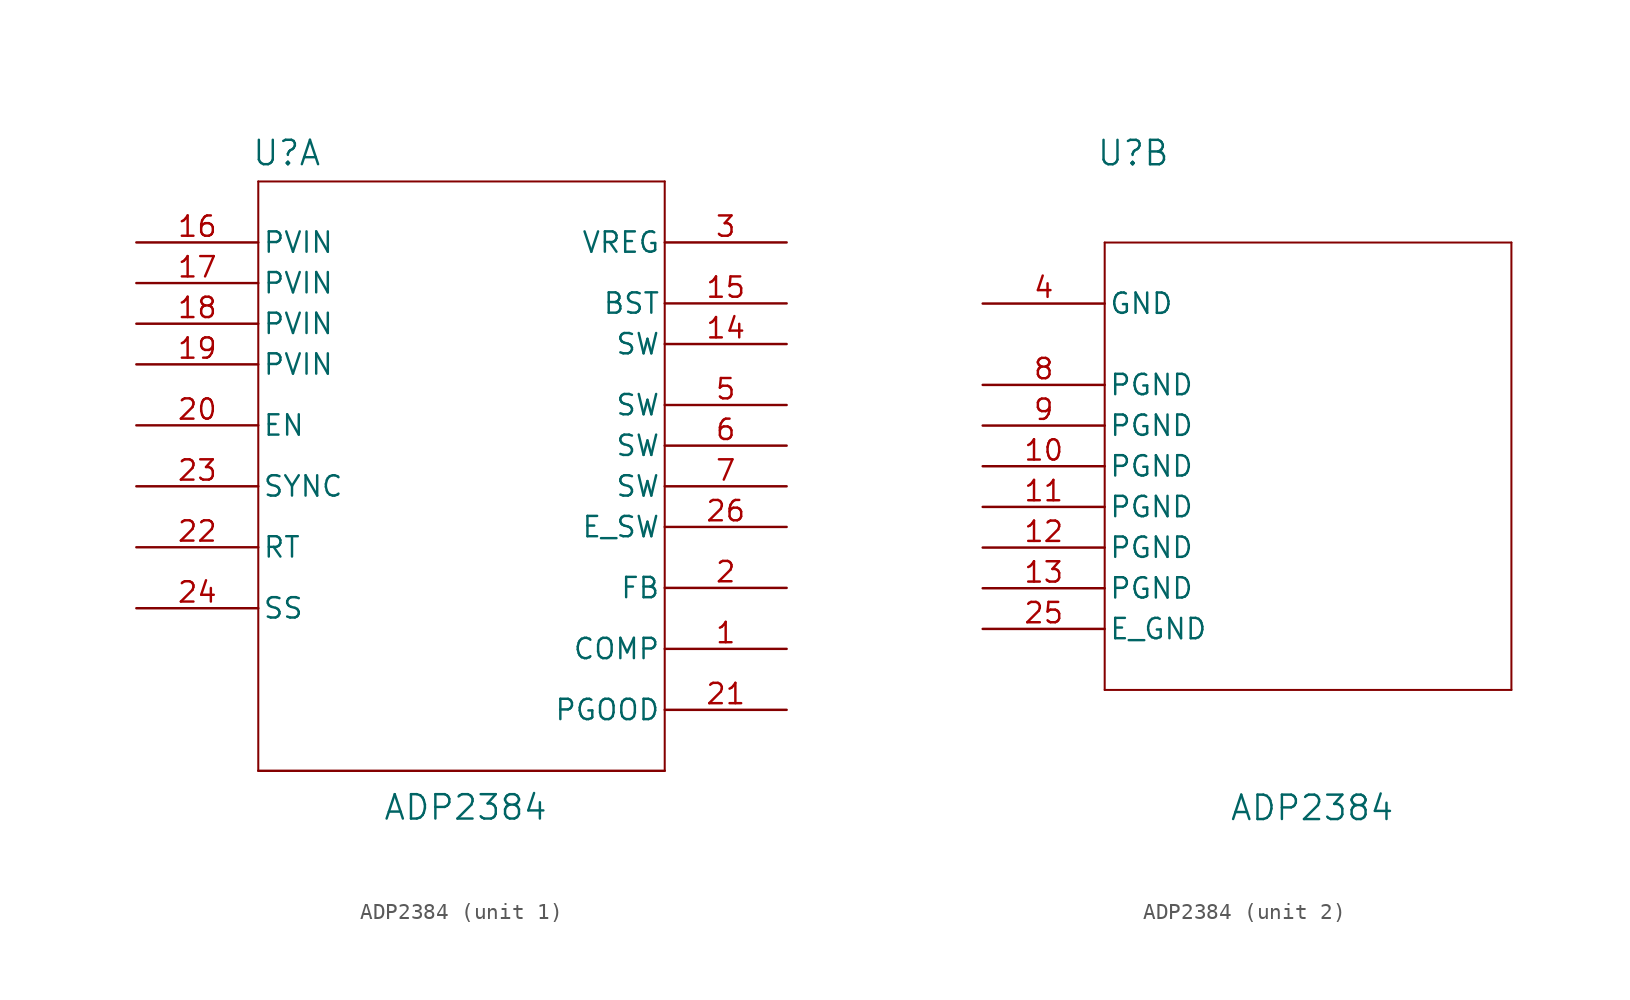
<source format=kicad_sym>
(kicad_symbol_lib
  (version 20241209)
  (generator "kicad_symbol_editor")
  (generator_version "9.0")
  (symbol "ADP2384"
    (pin_names
      (offset 0.254))
    (property "Reference" "U"
      (at 9.398 6.858 0)
      (effects (font (size 1.524 1.524))))
    (property "Value" "ADP2384"
      (at 20.574 -34.036 0)
      (effects (font (size 1.524 1.524))))
    (property "ki_locked" ""
      (at 0 0 0)
      (effects (font (size 1.27 1.27))))
    (symbol "ADP2384_1_1"
      (polyline (pts (xy 7.62 5.08) (xy 7.62 -31.75)) (stroke (width 0.127) (type default)) (fill (type none)))
      (polyline (pts (xy 7.62 -31.75) (xy 33.02 -31.75)) (stroke (width 0) (type default)) (fill (type none)))
      (polyline (pts (xy 33.02 5.08) (xy 7.62 5.08)) (stroke (width 0.127) (type default)) (fill (type none)))
      (polyline (pts (xy 33.02 -31.75) (xy 33.02 5.08)) (stroke (width 0.127) (type default)) (fill (type none)))
      (pin power_in line (at 0 1.27 0) (length 7.62) (name "PVIN" (effects (font (size 1.27 1.27)))) (number "16" (effects (font (size 1.27 1.27)))))
      (pin power_in line (at 0 -1.27 0) (length 7.62) (name "PVIN" (effects (font (size 1.27 1.27)))) (number "17" (effects (font (size 1.27 1.27)))))
      (pin power_in line (at 0 -3.81 0) (length 7.62) (name "PVIN" (effects (font (size 1.27 1.27)))) (number "18" (effects (font (size 1.27 1.27)))))
      (pin power_in line (at 0 -6.35 0) (length 7.62) (name "PVIN" (effects (font (size 1.27 1.27)))) (number "19" (effects (font (size 1.27 1.27)))))
      (pin input line (at 0 -10.16 0) (length 7.62) (name "EN" (effects (font (size 1.27 1.27)))) (number "20" (effects (font (size 1.27 1.27)))))
      (pin input line (at 0 -13.97 0) (length 7.62) (name "SYNC" (effects (font (size 1.27 1.27)))) (number "23" (effects (font (size 1.27 1.27)))))
      (pin passive line (at 0 -17.78 0) (length 7.62) (name "RT" (effects (font (size 1.27 1.27)))) (number "22" (effects (font (size 1.27 1.27)))))
      (pin passive line (at 0 -21.59 0) (length 7.62) (name "SS" (effects (font (size 1.27 1.27)))) (number "24" (effects (font (size 1.27 1.27)))))
      (pin power_out line (at 40.64 1.27 180) (length 7.62) (name "VREG" (effects (font (size 1.27 1.27)))) (number "3" (effects (font (size 1.27 1.27)))))
      (pin passive line (at 40.64 -2.54 180) (length 7.62) (name "BST" (effects (font (size 1.27 1.27)))) (number "15" (effects (font (size 1.27 1.27)))))
      (pin passive line (at 40.64 -5.08 180) (length 7.62) (name "SW" (effects (font (size 1.27 1.27)))) (number "14" (effects (font (size 1.27 1.27)))))
      (pin passive line (at 40.64 -8.89 180) (length 7.62) (name "SW" (effects (font (size 1.27 1.27)))) (number "5" (effects (font (size 1.27 1.27)))))
      (pin passive line (at 40.64 -11.43 180) (length 7.62) (name "SW" (effects (font (size 1.27 1.27)))) (number "6" (effects (font (size 1.27 1.27)))))
      (pin passive line (at 40.64 -13.97 180) (length 7.62) (name "SW" (effects (font (size 1.27 1.27)))) (number "7" (effects (font (size 1.27 1.27)))))
      (pin passive line (at 40.64 -16.51 180) (length 7.62) (name "E_SW" (effects (font (size 1.27 1.27)))) (number "26" (effects (font (size 1.27 1.27)))))
      (pin input line (at 40.64 -20.32 180) (length 7.62) (name "FB" (effects (font (size 1.27 1.27)))) (number "2" (effects (font (size 1.27 1.27)))))
      (pin passive line (at 40.64 -24.13 180) (length 7.62) (name "COMP" (effects (font (size 1.27 1.27)))) (number "1" (effects (font (size 1.27 1.27)))))
      (pin output line (at 40.64 -27.94 180) (length 7.62) (name "PGOOD" (effects (font (size 1.27 1.27)))) (number "21" (effects (font (size 1.27 1.27))))))
    (symbol "ADP2384_2_1"
      (polyline (pts (xy 7.62 1.27) (xy 7.62 -26.67)) (stroke (width 0.127) (type default)) (fill (type none)))
      (polyline (pts (xy 7.62 -26.67) (xy 33.02 -26.67)) (stroke (width 0.127) (type default)) (fill (type none)))
      (polyline (pts (xy 33.02 1.27) (xy 7.62 1.27)) (stroke (width 0.127) (type default)) (fill (type none)))
      (polyline (pts (xy 33.02 -26.67) (xy 33.02 1.27)) (stroke (width 0.127) (type default)) (fill (type none)))
      (pin power_in line (at 0 -2.54 0) (length 7.62) (name "GND" (effects (font (size 1.27 1.27)))) (number "4" (effects (font (size 1.27 1.27)))))
      (pin power_in line (at 0 -7.62 0) (length 7.62) (name "PGND" (effects (font (size 1.27 1.27)))) (number "8" (effects (font (size 1.27 1.27)))))
      (pin power_in line (at 0 -10.16 0) (length 7.62) (name "PGND" (effects (font (size 1.27 1.27)))) (number "9" (effects (font (size 1.27 1.27)))))
      (pin power_in line (at 0 -12.7 0) (length 7.62) (name "PGND" (effects (font (size 1.27 1.27)))) (number "10" (effects (font (size 1.27 1.27)))))
      (pin power_in line (at 0 -15.24 0) (length 7.62) (name "PGND" (effects (font (size 1.27 1.27)))) (number "11" (effects (font (size 1.27 1.27)))))
      (pin power_in line (at 0 -17.78 0) (length 7.62) (name "PGND" (effects (font (size 1.27 1.27)))) (number "12" (effects (font (size 1.27 1.27)))))
      (pin power_in line (at 0 -20.32 0) (length 7.62) (name "PGND" (effects (font (size 1.27 1.27)))) (number "13" (effects (font (size 1.27 1.27)))))
      (pin power_in line (at 0 -22.86 0) (length 7.62) (name "E_GND" (effects (font (size 1.27 1.27)))) (number "25" (effects (font (size 1.27 1.27))))))))
</source>
